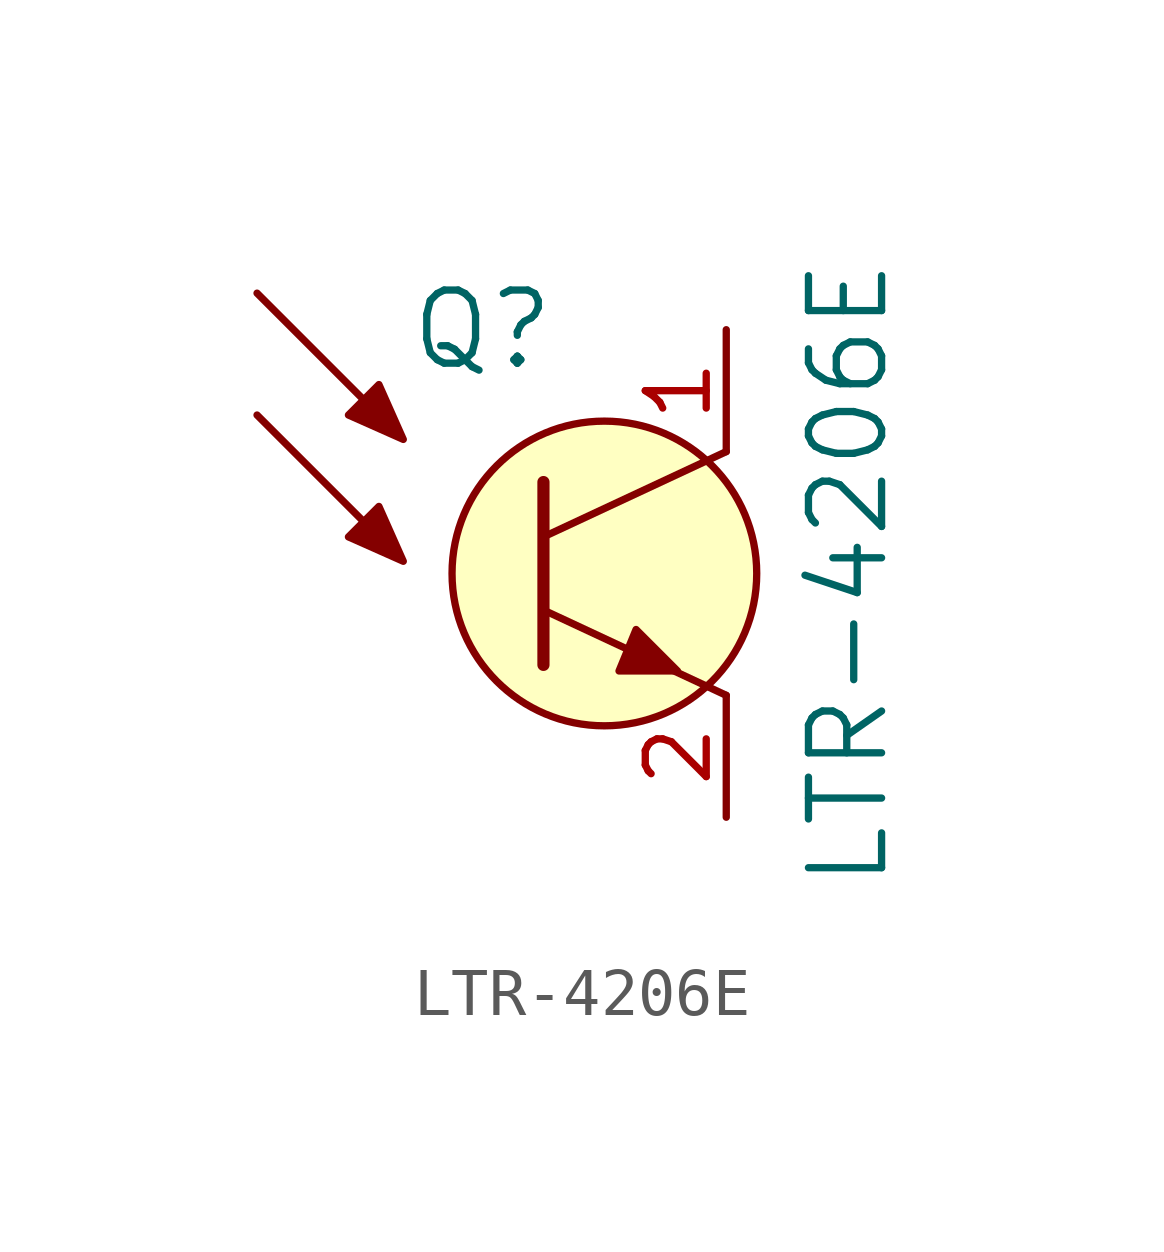
<source format=kicad_sym>
(kicad_symbol_lib
  (version 20220914)
  (generator kicad_symbol_editor)
  (symbol "LTR-4206E"
    (pin_names
      (offset 1.016) hide)
    (property "Reference" "Q"
      (at -2.54 5.08 0)
      (effects (font (size 1.524 1.524))))
    (property "Value" "LTR-4206E"
      (at 5.08 0 90)
      (effects (font (size 1.524 1.524))))
    (symbol "LTR-4206E_0_1"
      (polyline (pts (xy -7.239 3.302) (xy -4.953 1.016)) (stroke (width 0) (type solid)) (fill (type none)))
      (polyline (pts (xy -7.239 5.842) (xy -4.953 3.556)) (stroke (width 0) (type solid)) (fill (type none)))
      (polyline (pts (xy -1.27 -1.905) (xy -1.27 1.905)) (stroke (width 0.254) (type solid)) (fill (type none)))
      (polyline (pts (xy -1.27 -0.762) (xy 2.54 -2.54)) (stroke (width 0) (type solid)) (fill (type none)))
      (polyline (pts (xy -1.27 0.762) (xy 2.54 2.54)) (stroke (width 0) (type solid)) (fill (type none)))
      (polyline (pts (xy -4.191 0.254) (xy -5.334 0.762) (xy -4.699 1.397) (xy -4.191 0.254)) (stroke (width 0) (type solid)) (fill (type outline)))
      (polyline (pts (xy -4.191 2.794) (xy -5.334 3.302) (xy -4.699 3.937) (xy -4.191 2.794)) (stroke (width 0) (type solid)) (fill (type outline)))
      (polyline (pts (xy 1.524 -2.032) (xy 0.305 -2.032) (xy 0.66 -1.168) (xy 1.524 -2.032)) (stroke (width 0) (type solid)) (fill (type outline)))
      (circle (center 0 0) (radius 3.175) (stroke (width 0) (type solid)) (fill (type background))))
    (symbol "LTR-4206E_1_1"
      (pin passive line (at 2.54 5.08 270) (length 2.54) (name "C" (effects (font (size 1.27 1.27)))) (number "1" (effects (font (size 1.27 1.27)))))
      (pin passive line (at 2.54 -5.08 90) (length 2.54) (name "E" (effects (font (size 1.27 1.27)))) (number "2" (effects (font (size 1.27 1.27))))))))
</source>
